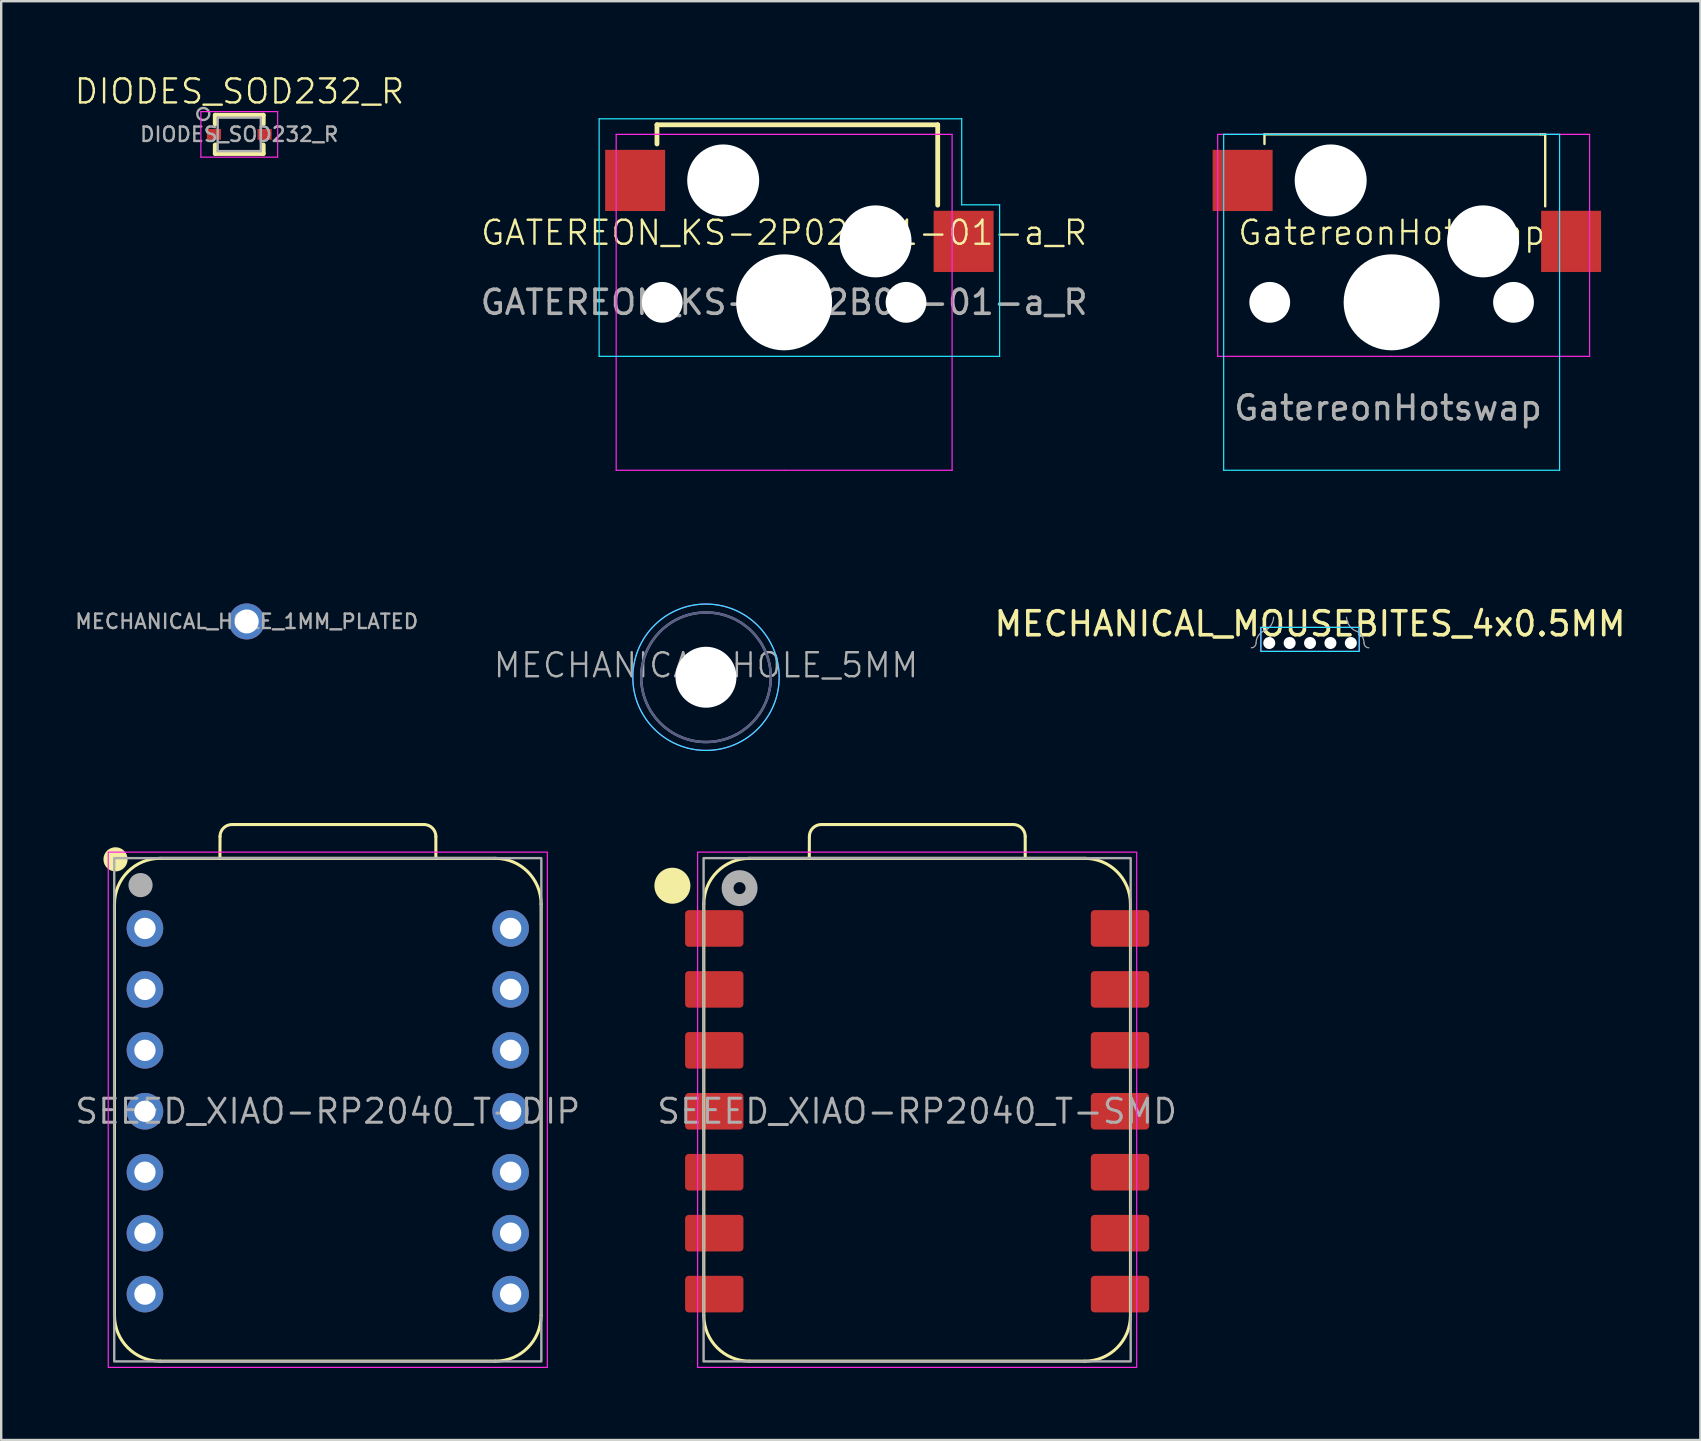
<source format=kicad_pcb>
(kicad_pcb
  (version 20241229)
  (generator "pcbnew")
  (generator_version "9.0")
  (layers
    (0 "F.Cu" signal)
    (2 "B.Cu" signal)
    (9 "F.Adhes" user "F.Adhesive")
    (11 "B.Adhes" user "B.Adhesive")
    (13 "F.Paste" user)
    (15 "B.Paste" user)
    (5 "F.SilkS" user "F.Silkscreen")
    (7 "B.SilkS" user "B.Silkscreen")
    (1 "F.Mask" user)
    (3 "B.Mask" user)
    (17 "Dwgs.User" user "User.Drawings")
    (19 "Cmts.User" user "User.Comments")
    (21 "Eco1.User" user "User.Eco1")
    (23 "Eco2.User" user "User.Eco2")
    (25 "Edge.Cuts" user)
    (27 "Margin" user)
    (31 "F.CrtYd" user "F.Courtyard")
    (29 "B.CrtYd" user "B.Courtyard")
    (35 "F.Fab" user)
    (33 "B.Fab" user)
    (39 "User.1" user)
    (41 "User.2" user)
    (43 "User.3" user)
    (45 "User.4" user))
  (footprint "DIODES_SOD232_R"
    (layer "F.Cu")
    (at 6.921 2.55)
    (property "Reference" "DIODES_SOD232_R" (at 0.01 -1.79 0) (unlocked yes) (layer "F.SilkS") (effects (font (size 1 1) (thickness 0.1))))
    (fp_line (start -1 -0.8) (end -1 -0.44) (stroke (width 0.2) (type solid)) (layer "F.SilkS"))
    (fp_line (start -1 -0.8) (end 1 -0.8) (stroke (width 0.2) (type solid)) (layer "F.SilkS"))
    (fp_line (start -1 0.44) (end -1 0.8) (stroke (width 0.2) (type solid)) (layer "F.SilkS"))
    (fp_line (start 1 -0.8) (end 1 -0.44) (stroke (width 0.2) (type solid)) (layer "F.SilkS"))
    (fp_line (start 1 0.44) (end 1 0.8) (stroke (width 0.2) (type solid)) (layer "F.SilkS"))
    (fp_line (start 1 0.8) (end -1 0.8) (stroke (width 0.2) (type solid)) (layer "F.SilkS"))
    (fp_line (start -1.6 -0.95) (end -1.6 0.95) (stroke (width 0.05) (type default)) (layer "F.CrtYd"))
    (fp_line (start -1.6 -0.95) (end 1.6 -0.95) (stroke (width 0.05) (type default)) (layer "F.CrtYd"))
    (fp_line (start -1.6 0.95) (end 1.6 0.95) (stroke (width 0.05) (type default)) (layer "F.CrtYd"))
    (fp_line (start 1.6 0.95) (end 1.6 -0.95) (stroke (width 0.05) (type default)) (layer "F.CrtYd"))
    (fp_line (start -0.9 -0.7) (end 0.9 -0.7) (stroke (width 0.1) (type default)) (layer "F.Fab"))
    (fp_line (start -0.9 0.7) (end -0.9 -0.7) (stroke (width 0.1) (type default)) (layer "F.Fab"))
    (fp_line (start 0.9 -0.7) (end 0.9 0.7) (stroke (width 0.1) (type default)) (layer "F.Fab"))
    (fp_line (start 0.9 0.7) (end -0.9 0.7) (stroke (width 0.1) (type default)) (layer "F.Fab"))
    (fp_circle (center -1.5 -0.85) (end -1.75 -0.85) (stroke (width 0.1) (type solid)) (fill no) (layer "F.Fab"))
    (fp_text user "${REFERENCE}" (at 0 0 0) (unlocked yes) (layer "F.Fab") (effects (font (size 0.6 0.6) (thickness 0.1) (bold yes))))
    (dimension (type center) (layer "User.1") (pts (xy 6.921 2.55) (xy 6.921 3.05)) (style (thickness 0.1) (arrow_length 1.27) (text_position_mode 0) (extension_offset 0.5) (keep_text_aligned yes)))
    (pad "1" smd rect (at -1.055 0) (size 0.59 0.45) (layers "F.Cu" "F.Mask" "F.Paste"))
    (pad "2" smd rect (at 1.055 0) (size 0.59 0.45) (layers "F.Cu" "F.Mask" "F.Paste")))
  (footprint "GATEREON_KS-2P02B01-01-a_R"
    (layer "F.Cu")
    (at 29.63 9.55)
    (property "Reference" "GATEREON_KS-2P02B01-01-a_R" (at 0 -2.9 0) (unlocked yes) (layer "F.SilkS") (effects (font (size 1 1) (thickness 0.1))))
    (attr smd)
    (fp_line (start -5.3 -7.4) (end 6.4 -7.4) (stroke (width 0.2) (type solid)) (layer "F.SilkS"))
    (fp_line (start -5.3 -6.6) (end -5.3 -7.4) (stroke (width 0.2) (type solid)) (layer "F.SilkS"))
    (fp_line (start 6.4 -7.4) (end 6.4 -4.05) (stroke (width 0.2) (type solid)) (layer "F.SilkS"))
    (fp_line (start -7.71 2.25) (end -7.71 -7.65) (stroke (width 0.05) (type default)) (layer "B.CrtYd"))
    (fp_line (start -7.71 2.25) (end 8.98 2.25) (stroke (width 0.05) (type default)) (layer "B.CrtYd"))
    (fp_line (start 7.4 -7.65) (end -7.71 -7.65) (stroke (width 0.05) (type default)) (layer "B.CrtYd"))
    (fp_line (start 7.4 -4.065) (end 7.4 -7.65) (stroke (width 0.05) (type default)) (layer "B.CrtYd"))
    (fp_line (start 8.98 -4.065) (end 7.4 -4.065) (stroke (width 0.05) (type default)) (layer "B.CrtYd"))
    (fp_line (start 8.98 -4.065) (end 8.98 2.25) (stroke (width 0.05) (type default)) (layer "B.CrtYd"))
    (fp_line (start -7 -7) (end -7 7) (stroke (width 0.05) (type default)) (layer "F.CrtYd"))
    (fp_line (start -7 7) (end 0 7) (stroke (width 0.05) (type default)) (layer "F.CrtYd"))
    (fp_line (start 0 7) (end 7 7) (stroke (width 0.05) (type default)) (layer "F.CrtYd"))
    (fp_line (start 7 -7) (end -7 -7) (stroke (width 0.05) (type default)) (layer "F.CrtYd"))
    (fp_line (start 7 7) (end 7 -7) (stroke (width 0.05) (type default)) (layer "F.CrtYd"))
    (fp_line (start -9.5 -9.5) (end 9.5 -9.5) (stroke (width 0.1) (type solid)) (layer "User.1"))
    (fp_line (start -9.5 9.5) (end -9.5 -9.5) (stroke (width 0.1) (type solid)) (layer "User.1"))
    (fp_line (start 9.5 -9.5) (end 9.5 9.5) (stroke (width 0.1) (type solid)) (layer "User.1"))
    (fp_line (start 9.5 9.5) (end -9.5 9.5) (stroke (width 0.1) (type solid)) (layer "User.1"))
    (fp_text user "${REFERENCE}" (at 0 0 0) (unlocked yes) (layer "F.Fab") (effects (font (size 1 1) (thickness 0.15))))
    (pad "" np_thru_hole circle (at -5.08 0 180) (size 1.7 1.7) (drill 1.7) (layers "*.Cu" "*.Mask"))
    (pad "" np_thru_hole circle (at -2.54 -5.08 180) (size 3 3) (drill 3) (layers "*.Cu" "*.Mask"))
    (pad "" np_thru_hole circle (at 0 0 180) (size 4 4) (drill 4) (layers "*.Cu" "*.Mask"))
    (pad "" np_thru_hole circle (at 3.81 -2.54 180) (size 3 3) (drill 3) (layers "*.Cu" "*.Mask"))
    (pad "" np_thru_hole circle (at 5.08 0 180) (size 1.7 1.7) (drill 1.7) (layers "*.Cu" "*.Mask"))
    (pad "1" smd rect (at 7.48 -2.54 180) (size 2.5 2.55) (layers "F.Cu" "F.Mask" "F.Paste"))
    (pad "2" smd rect (at -6.21 -5.08 180) (size 2.5 2.55) (layers "F.Cu" "F.Mask" "F.Paste")))
  (footprint "SEEED_XIAO-RP2040_T-DIP"
    (layer "F.Cu")
    (at 10.611 43.264)
    (property "Reference" "SEEED_XIAO-RP2040_T-DIP" (at 0 0 0) (unlocked yes) (layer "F.Fab") (effects (font (size 1 1) (thickness 0.125))))
    (attr smd)
    (fp_line (start -8.89 8.509) (end -8.89 -8.636) (stroke (width 0.127) (type solid)) (layer "F.SilkS"))
    (fp_line (start -6.985 10.414) (end 6.985 10.414) (stroke (width 0.127) (type solid)) (layer "F.SilkS"))
    (fp_line (start -4.495 -10.541) (end -4.491 -11.451) (stroke (width 0.127) (type solid)) (layer "F.SilkS"))
    (fp_line (start -3.991 -11.951) (end 4.004 -11.951) (stroke (width 0.127) (type solid)) (layer "F.SilkS"))
    (fp_line (start 4.504 -11.451) (end 4.504 -10.541) (stroke (width 0.127) (type solid)) (layer "F.SilkS"))
    (fp_line (start 6.985 -10.541) (end -6.985 -10.541) (stroke (width 0.1) (type solid)) (layer "F.SilkS"))
    (fp_line (start 6.985 -10.541) (end -6.985 -10.541) (stroke (width 0.127) (type solid)) (layer "F.SilkS"))
    (fp_line (start 8.89 8.509) (end 8.89 -8.636) (stroke (width 0.127) (type solid)) (layer "F.SilkS"))
    (fp_arc (start -8.89 -8.636) (mid -8.332038 -9.983038) (end -6.985 -10.541) (stroke (width 0.127) (type solid)) (layer "F.SilkS"))
    (fp_arc (start -6.985 10.414) (mid -8.332038 9.856038) (end -8.89 8.509) (stroke (width 0.127) (type solid)) (layer "F.SilkS"))
    (fp_arc (start -4.491272 -11.451272) (mid -4.344728 -11.80464) (end -3.991272 -11.951) (stroke (width 0.127) (type default)) (layer "F.SilkS"))
    (fp_arc (start 4.004 -11.951) (mid 4.357553 -11.804553) (end 4.504 -11.451) (stroke (width 0.127) (type default)) (layer "F.SilkS"))
    (fp_arc (start 6.985 -10.541) (mid 8.332038 -9.983038) (end 8.89 -8.636) (stroke (width 0.127) (type solid)) (layer "F.SilkS"))
    (fp_arc (start 8.89 8.509) (mid 8.332038 9.856038) (end 6.985 10.414) (stroke (width 0.127) (type solid)) (layer "F.SilkS"))
    (fp_circle (center -8.846 -10.5) (end -8.846 -10.754) (stroke (width 0.5) (type solid)) (fill yes) (layer "F.SilkS"))
    (fp_rect (start -9.15 -10.8) (end 9.15 10.675) (stroke (width 0.05) (type solid)) (fill no) (layer "F.CrtYd"))
    (fp_rect (start -8.9 -10.55) (end 8.9 10.425) (stroke (width 0.1) (type default)) (fill no) (layer "F.Fab"))
    (fp_circle (center -7.804 -9.426) (end -7.804 -9.68) (stroke (width 0.5) (type solid)) (fill no) (layer "F.Fab"))
    (pad "1" thru_hole circle (at -7.62 -7.62 180) (size 1.524 1.524) (drill 0.889) (layers "*.Cu" "*.Mask"))
    (pad "2" thru_hole circle (at -7.62 -5.08 180) (size 1.524 1.524) (drill 0.889) (layers "*.Cu" "*.Mask"))
    (pad "3" thru_hole circle (at -7.62 -2.54 180) (size 1.524 1.524) (drill 0.889) (layers "*.Cu" "*.Mask"))
    (pad "4" thru_hole circle (at -7.62 0 180) (size 1.524 1.524) (drill 0.889) (layers "*.Cu" "*.Mask"))
    (pad "5" thru_hole circle (at -7.62 2.54 180) (size 1.524 1.524) (drill 0.889) (layers "*.Cu" "*.Mask"))
    (pad "6" thru_hole circle (at -7.62 5.08 180) (size 1.524 1.524) (drill 0.889) (layers "*.Cu" "*.Mask"))
    (pad "7" thru_hole circle (at -7.62 7.62 180) (size 1.524 1.524) (drill 0.889) (layers "*.Cu" "*.Mask"))
    (pad "8" thru_hole circle (at 7.62 7.62) (size 1.524 1.524) (drill 0.889) (layers "*.Cu" "*.Mask"))
    (pad "9" thru_hole circle (at 7.62 5.08) (size 1.524 1.524) (drill 0.889) (layers "*.Cu" "*.Mask"))
    (pad "10" thru_hole circle (at 7.62 2.54) (size 1.524 1.524) (drill 0.889) (layers "*.Cu" "*.Mask"))
    (pad "11" thru_hole circle (at 7.62 0) (size 1.524 1.524) (drill 0.889) (layers "*.Cu" "*.Mask"))
    (pad "12" thru_hole circle (at 7.62 -2.54) (size 1.524 1.524) (drill 0.889) (layers "*.Cu" "*.Mask"))
    (pad "13" thru_hole circle (at 7.62 -5.08) (size 1.524 1.524) (drill 0.889) (layers "*.Cu" "*.Mask"))
    (pad "14" thru_hole circle (at 7.62 -7.62) (size 1.524 1.524) (drill 0.889) (layers "*.Cu" "*.Mask")))
  (footprint "SEEED_XIAO-RP2040_T-SMD"
    (layer "F.Cu")
    (at 35.173 43.264)
    (property "Reference" "SEEED_XIAO-RP2040_T-SMD" (at 0 0 0) (unlocked yes) (layer "F.Fab") (effects (font (size 1 1) (thickness 0.125))))
    (attr smd)
    (fp_line (start -8.89 8.509) (end -8.89 -8.636) (stroke (width 0.127) (type solid)) (layer "F.SilkS"))
    (fp_line (start -6.985 10.414) (end 6.985 10.414) (stroke (width 0.127) (type solid)) (layer "F.SilkS"))
    (fp_line (start -4.495 -10.541) (end -4.491 -11.451) (stroke (width 0.127) (type solid)) (layer "F.SilkS"))
    (fp_line (start -3.991 -11.951) (end 4.004 -11.951) (stroke (width 0.127) (type solid)) (layer "F.SilkS"))
    (fp_line (start 4.504 -11.451) (end 4.504 -10.541) (stroke (width 0.127) (type solid)) (layer "F.SilkS"))
    (fp_line (start 6.985 -10.541) (end -6.985 -10.541) (stroke (width 0.1) (type solid)) (layer "F.SilkS"))
    (fp_line (start 6.985 -10.541) (end -6.985 -10.541) (stroke (width 0.127) (type solid)) (layer "F.SilkS"))
    (fp_line (start 8.89 8.509) (end 8.89 -8.636) (stroke (width 0.127) (type solid)) (layer "F.SilkS"))
    (fp_arc (start -8.89 -8.636) (mid -8.332038 -9.983038) (end -6.985 -10.541) (stroke (width 0.127) (type solid)) (layer "F.SilkS"))
    (fp_arc (start -6.985 10.414) (mid -8.332038 9.856038) (end -8.89 8.509) (stroke (width 0.127) (type solid)) (layer "F.SilkS"))
    (fp_arc (start -4.491272 -11.451272) (mid -4.344728 -11.80464) (end -3.991272 -11.951) (stroke (width 0.127) (type default)) (layer "F.SilkS"))
    (fp_arc (start 4.004 -11.951) (mid 4.357553 -11.804553) (end 4.504 -11.451) (stroke (width 0.127) (type default)) (layer "F.SilkS"))
    (fp_arc (start 6.985 -10.541) (mid 8.332038 -9.983038) (end 8.89 -8.636) (stroke (width 0.127) (type solid)) (layer "F.SilkS"))
    (fp_arc (start 8.89 8.509) (mid 8.332038 9.856038) (end 6.985 10.414) (stroke (width 0.127) (type solid)) (layer "F.SilkS"))
    (fp_circle (center -10.2 -9.4) (end -9.7 -9.4) (stroke (width 0.5) (type solid)) (fill yes) (layer "F.SilkS"))
    (fp_rect (start -9.15 -10.8) (end 9.15 10.675) (stroke (width 0.05) (type solid)) (fill no) (layer "F.CrtYd"))
    (fp_rect (start -8.9 -10.55) (end 8.9 10.425) (stroke (width 0.1) (type default)) (fill no) (layer "F.Fab"))
    (fp_circle (center -7.4 -9.3) (end -6.9 -9.3) (stroke (width 0.5) (type solid)) (fill no) (layer "F.Fab"))
    (pad "1" smd roundrect (at -8.455 -7.62 180) (size 2.432 1.524) (layers "F.Cu" "F.Mask") (roundrect_rratio 0.1))
    (pad "2" smd roundrect (at -8.455 -5.08 180) (size 2.432 1.524) (layers "F.Cu" "F.Mask") (roundrect_rratio 0.1))
    (pad "3" smd roundrect (at -8.455 -2.54 180) (size 2.432 1.524) (layers "F.Cu" "F.Mask") (roundrect_rratio 0.1))
    (pad "4" smd roundrect (at -8.455 0 180) (size 2.432 1.524) (layers "F.Cu" "F.Mask") (roundrect_rratio 0.1))
    (pad "5" smd roundrect (at -8.455 2.54 180) (size 2.432 1.524) (layers "F.Cu" "F.Mask") (roundrect_rratio 0.1))
    (pad "6" smd roundrect (at -8.455 5.08 180) (size 2.432 1.524) (layers "F.Cu" "F.Mask") (roundrect_rratio 0.1))
    (pad "7" smd roundrect (at -8.455 7.62 180) (size 2.432 1.524) (layers "F.Cu" "F.Mask") (roundrect_rratio 0.1))
    (pad "8" smd roundrect (at 8.455 7.62) (size 2.432 1.524) (layers "F.Cu" "F.Mask") (roundrect_rratio 0.1))
    (pad "9" smd roundrect (at 8.455 5.08) (size 2.432 1.524) (layers "F.Cu" "F.Mask") (roundrect_rratio 0.1))
    (pad "10" smd roundrect (at 8.455 2.54) (size 2.432 1.524) (layers "F.Cu" "F.Mask") (roundrect_rratio 0.1))
    (pad "11" smd roundrect (at 8.455 0) (size 2.432 1.524) (layers "F.Cu" "F.Mask") (roundrect_rratio 0.1))
    (pad "12" smd roundrect (at 8.455 -2.54) (size 2.432 1.524) (layers "F.Cu" "F.Mask") (roundrect_rratio 0.1))
    (pad "13" smd roundrect (at 8.455 -5.08) (size 2.432 1.524) (layers "F.Cu" "F.Mask") (roundrect_rratio 0.1))
    (pad "14" smd roundrect (at 8.455 -7.62) (size 2.432 1.524) (layers "F.Cu" "F.Mask") (roundrect_rratio 0.1)))
  (footprint "MECHANICAL_HOLE_1MM_PLATED"
    (layer "F.Cu")
    (at 7.233 22.85)
    (property "Reference" "MECHANICAL_HOLE_1MM_PLATED" (at 0 0 0) (unlocked yes) (layer "F.Fab") (effects (font (size 0.6 0.6) (thickness 0.1))))
    (pad "" thru_hole circle (at 0 0) (size 1.5 1.5) (drill 1) (layers "*.Cu" "*.Mask")))
  (footprint "MECHANICAL_MOUSEBITES_4x0.5MM"
    (layer "F.Cu")
    (at 51.548 23.948)
    (property "Reference" "MECHANICAL_MOUSEBITES_4x0.5MM" (at 0 -1 0) (layer "F.SilkS") (effects (font (size 1 1) (thickness 0.15))))
    (attr board_only exclude_from_pos_files exclude_from_bom dnp)
    (fp_rect (start -2.05 -0.85) (end 2.05 0.15) (stroke (width 0.05) (type solid)) (fill no) (layer "B.CrtYd"))
    (fp_rect (start -2.05 -0.85) (end 2.05 0.15) (stroke (width 0.05) (type solid)) (fill no) (layer "F.CrtYd"))
    (fp_arc (start -2.25 -0.2) (mid -2.308579 -0.058579) (end -2.45 0) (stroke (width 0.05) (type solid)) (layer "F.Fab"))
    (fp_arc (start -2.248862 -0.2) (mid -2.175493 -0.474146) (end -1.975 -0.675) (stroke (width 0.05) (type solid)) (layer "F.Fab"))
    (fp_arc (start -1.518779 -1.275) (mid -1.652049 -0.902793) (end -1.974854 -0.674546) (stroke (width 0.05) (type solid)) (layer "F.Fab"))
    (fp_arc (start 1.974854 -0.674546) (mid 1.652049 -0.902793) (end 1.518779 -1.275) (stroke (width 0.05) (type solid)) (layer "F.Fab"))
    (fp_arc (start 1.975001 -0.675) (mid 2.175494 -0.474147) (end 2.248863 -0.2) (stroke (width 0.05) (type solid)) (layer "F.Fab"))
    (fp_arc (start 2.449999 0.000001) (mid 2.308578 -0.058578) (end 2.249999 -0.199999) (stroke (width 0.05) (type solid)) (layer "F.Fab"))
    (pad "" np_thru_hole circle (at -1.7 -0.2 180) (size 0.5 0.5) (drill 0.5) (layers "*.Cu" "*.Mask"))
    (pad "" np_thru_hole circle (at -0.85 -0.2 180) (size 0.5 0.5) (drill 0.5) (layers "*.Cu" "*.Mask"))
    (pad "" np_thru_hole circle (at 0 -0.2 180) (size 0.5 0.5) (drill 0.5) (layers "*.Cu" "*.Mask"))
    (pad "" np_thru_hole circle (at 0.85 -0.2 180) (size 0.5 0.5) (drill 0.5) (layers "*.Cu" "*.Mask"))
    (pad "" np_thru_hole circle (at 1.7 -0.2 180) (size 0.5 0.5) (drill 0.5) (layers "*.Cu" "*.Mask")))
  (footprint "GatereonHotswap"
    (layer "F.Cu")
    (at 54.948 9.55)
    (property "Reference" "GatereonHotswap" (at 0 -2.9 0) (unlocked yes) (layer "F.SilkS") (effects (font (size 1 1) (thickness 0.1))))
    (attr smd)
    (fp_line (start -5.3 -7) (end 6.2 -7) (stroke (width 0.1) (type default)) (layer "F.SilkS"))
    (fp_line (start -5.3 -6.6) (end -5.3 -7) (stroke (width 0.1) (type default)) (layer "F.SilkS"))
    (fp_line (start 6.2 -7) (end 6.3 -7) (stroke (width 0.1) (type default)) (layer "F.SilkS"))
    (fp_line (start 6.3 -7) (end 6.4 -7) (stroke (width 0.1) (type default)) (layer "F.SilkS"))
    (fp_line (start 6.4 -7) (end 6.4 -4) (stroke (width 0.1) (type default)) (layer "F.SilkS"))
    (fp_line (start -7 7) (end -7 -7) (stroke (width 0.05) (type default)) (layer "B.CrtYd"))
    (fp_line (start -7 7) (end 7 7) (stroke (width 0.05) (type default)) (layer "B.CrtYd"))
    (fp_line (start 7 -7) (end -7 -7) (stroke (width 0.05) (type default)) (layer "B.CrtYd"))
    (fp_line (start 7 -7) (end 7 7) (stroke (width 0.05) (type default)) (layer "B.CrtYd"))
    (fp_line (start -7.25 -7) (end -7.25 2.25) (stroke (width 0.05) (type default)) (layer "F.CrtYd"))
    (fp_line (start -7.25 2.25) (end 0 2.25) (stroke (width 0.05) (type default)) (layer "F.CrtYd"))
    (fp_line (start 0 2.25) (end 8.25 2.25) (stroke (width 0.05) (type default)) (layer "F.CrtYd"))
    (fp_line (start 8.25 -7) (end -7.25 -7) (stroke (width 0.05) (type default)) (layer "F.CrtYd"))
    (fp_line (start 8.25 2.25) (end 8.25 -7) (stroke (width 0.05) (type default)) (layer "F.CrtYd"))
    (fp_line (start -9.5 -9.5) (end 9.5 -9.5) (stroke (width 0.1) (type solid)) (layer "User.1"))
    (fp_line (start -9.5 9.5) (end -9.5 -9.5) (stroke (width 0.1) (type solid)) (layer "User.1"))
    (fp_line (start 9.5 -9.5) (end 9.5 9.5) (stroke (width 0.1) (type solid)) (layer "User.1"))
    (fp_line (start 9.5 9.5) (end -9.5 9.5) (stroke (width 0.1) (type solid)) (layer "User.1"))
    (fp_text user "${REFERENCE}" (at -0.15 4.4 0) (unlocked yes) (layer "F.Fab") (effects (font (size 1 1) (thickness 0.15))))
    (pad "" np_thru_hole circle (at -5.08 0 180) (size 1.7 1.7) (drill 1.7) (layers "*.Cu" "*.Mask"))
    (pad "" np_thru_hole circle (at -2.54 -5.08 180) (size 3 3) (drill 3) (layers "*.Cu" "*.Mask"))
    (pad "" np_thru_hole circle (at 0 0 180) (size 4 4) (drill 4) (layers "*.Cu" "*.Mask"))
    (pad "" np_thru_hole circle (at 3.81 -2.54 180) (size 3 3) (drill 3) (layers "*.Cu" "*.Mask"))
    (pad "" np_thru_hole circle (at 5.08 0 180) (size 1.7 1.7) (drill 1.7) (layers "*.Cu" "*.Mask"))
    (pad "1" smd rect (at 7.48 -2.54 180) (size 2.5 2.55) (layers "F.Cu" "F.Mask" "F.Paste"))
    (pad "2" smd rect (at -6.21 -5.08 180) (size 2.5 2.55) (layers "F.Cu" "F.Mask" "F.Paste")))
  (footprint "MECHANICAL_HOLE_5MM"
    (layer "F.Cu")
    (at 26.373 25.175)
    (property "Reference" "MECHANICAL_HOLE_5MM" (at 0 -0.5 0) (unlocked yes) (layer "F.Fab") (effects (font (size 1 1) (thickness 0.1))))
    (fp_circle (center 0 0) (end 3.05 0) (stroke (width 0.05) (type solid)) (fill no) (layer "B.CrtYd"))
    (fp_circle (center 0 0) (end 3.05 0) (stroke (width 0.05) (type solid)) (fill no) (layer "F.CrtYd"))
    (fp_circle (center 0 0) (end 2.7 0) (stroke (width 0.1) (type solid)) (fill no) (layer "B.Fab"))
    (fp_circle (center 0 0) (end 2.7 0) (stroke (width 0.1) (type solid)) (fill no) (layer "F.Fab"))
    (fp_text user "M2" (at 0 0 0) (unlocked yes) (layer "B.Fab") (effects (font (size 1 1) (thickness 0.15)) (justify mirror)))
    (fp_text user "M2" (at 0.05 0 0) (unlocked yes) (layer "F.Fab") (effects (font (size 1 1) (thickness 0.15))))
    (pad "" np_thru_hole circle (at 0 0) (size 2.54 2.54) (drill 5) (layers "*.Cu" "*.Mask")))
  (gr_rect
    (start -3 -3)
    (end 67.816 56.965)
    (stroke (width 0.1) (type default))
    (fill no)
    (layer "Edge.Cuts")))
</source>
